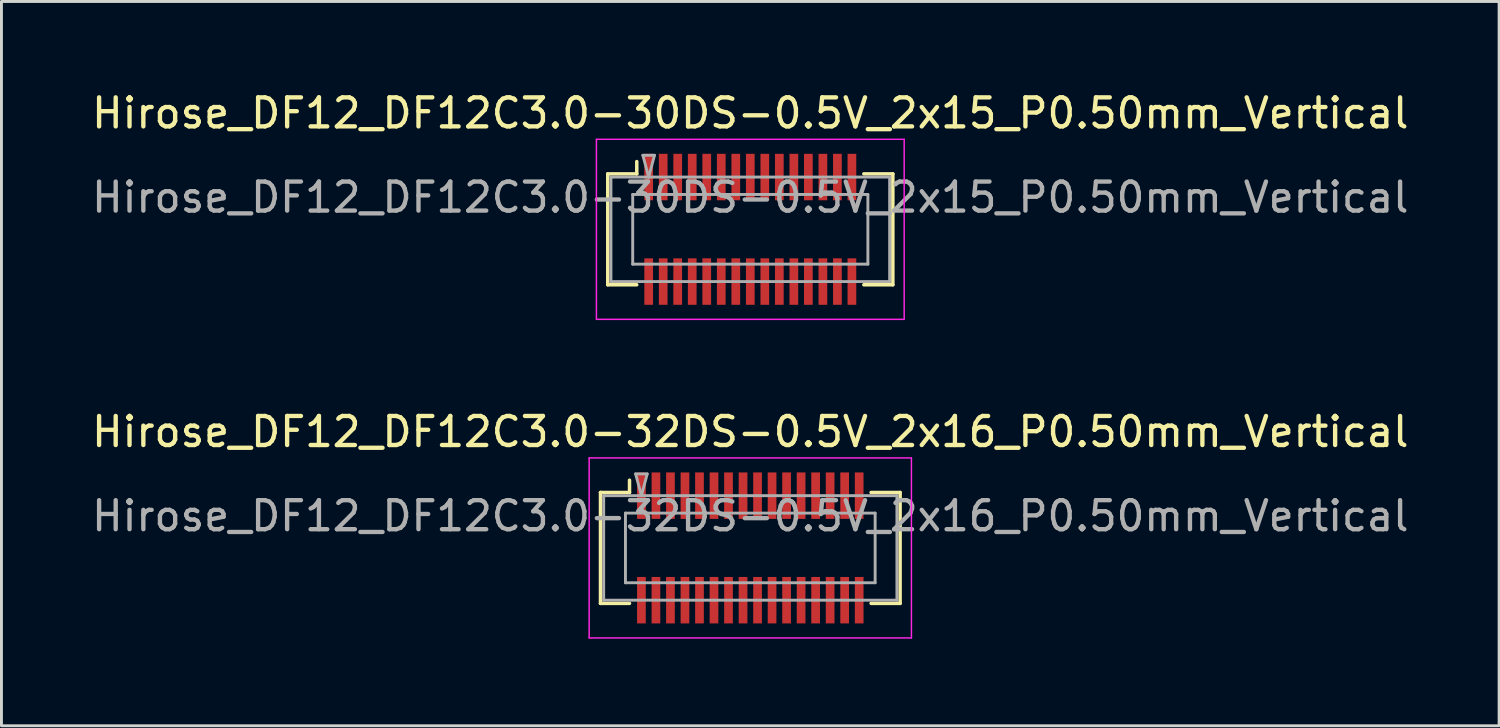
<source format=kicad_pcb>
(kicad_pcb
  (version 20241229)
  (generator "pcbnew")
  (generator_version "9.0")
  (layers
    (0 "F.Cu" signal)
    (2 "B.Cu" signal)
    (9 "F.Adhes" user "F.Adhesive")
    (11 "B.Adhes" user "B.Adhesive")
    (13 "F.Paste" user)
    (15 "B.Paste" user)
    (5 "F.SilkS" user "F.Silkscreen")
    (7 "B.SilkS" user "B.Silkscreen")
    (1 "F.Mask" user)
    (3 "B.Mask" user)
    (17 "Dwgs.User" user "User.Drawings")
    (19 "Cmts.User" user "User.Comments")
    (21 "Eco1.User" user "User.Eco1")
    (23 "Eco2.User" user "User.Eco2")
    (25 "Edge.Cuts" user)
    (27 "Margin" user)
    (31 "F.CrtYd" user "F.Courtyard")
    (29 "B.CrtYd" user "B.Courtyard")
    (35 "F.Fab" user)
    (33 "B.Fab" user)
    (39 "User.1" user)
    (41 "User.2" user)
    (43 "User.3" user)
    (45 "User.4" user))
  (footprint "Hirose_DF12_DF12C3.0-32DS-0.5V_2x16_P0.50mm_Vertical"
    (layer "F.Cu")
    (at 22.792 15.822)
    (property "Reference" "Hirose_DF12_DF12C3.0-32DS-0.5V_2x16_P0.50mm_Vertical" (at 0 -4 0) (layer "F.SilkS") (effects (font (size 1 1) (thickness 0.15))))
    (attr smd)
    (fp_line (start -5.16 -1.91) (end -4.16 -1.91) (stroke (width 0.12) (type solid)) (layer "F.SilkS"))
    (fp_line (start -5.16 1.91) (end -5.16 -1.91) (stroke (width 0.12) (type solid)) (layer "F.SilkS"))
    (fp_line (start -4.16 -1.91) (end -4.16 -2.333) (stroke (width 0.12) (type solid)) (layer "F.SilkS"))
    (fp_line (start -4.16 1.91) (end -5.16 1.91) (stroke (width 0.12) (type solid)) (layer "F.SilkS"))
    (fp_line (start 4.16 1.91) (end 5.16 1.91) (stroke (width 0.12) (type solid)) (layer "F.SilkS"))
    (fp_line (start 5.16 -1.91) (end 4.16 -1.91) (stroke (width 0.12) (type solid)) (layer "F.SilkS"))
    (fp_line (start 5.16 1.91) (end 5.16 -1.91) (stroke (width 0.12) (type solid)) (layer "F.SilkS"))
    (fp_line (start -5.55 -3.1) (end -5.55 3.1) (stroke (width 0.05) (type solid)) (layer "F.CrtYd"))
    (fp_line (start -5.55 3.1) (end 5.55 3.1) (stroke (width 0.05) (type solid)) (layer "F.CrtYd"))
    (fp_line (start 5.55 -3.1) (end -5.55 -3.1) (stroke (width 0.05) (type solid)) (layer "F.CrtYd"))
    (fp_line (start 5.55 3.1) (end 5.55 -3.1) (stroke (width 0.05) (type solid)) (layer "F.CrtYd"))
    (fp_line (start -5.05 -1.8) (end 5.05 -1.8) (stroke (width 0.1) (type solid)) (layer "F.Fab"))
    (fp_line (start -5.05 1.8) (end -5.05 -1.8) (stroke (width 0.1) (type solid)) (layer "F.Fab"))
    (fp_line (start -4.3 -1.2) (end 4.3 -1.2) (stroke (width 0.1) (type solid)) (layer "F.Fab"))
    (fp_line (start -4.3 1.2) (end -4.3 -1.2) (stroke (width 0.1) (type solid)) (layer "F.Fab"))
    (fp_line (start -3.95 -2.55) (end -3.75 -1.8) (stroke (width 0.1) (type solid)) (layer "F.Fab"))
    (fp_line (start -3.75 -1.8) (end -3.55 -2.55) (stroke (width 0.1) (type solid)) (layer "F.Fab"))
    (fp_line (start -3.55 -2.55) (end -3.95 -2.55) (stroke (width 0.1) (type solid)) (layer "F.Fab"))
    (fp_line (start 4.3 -1.2) (end 4.3 1.2) (stroke (width 0.1) (type solid)) (layer "F.Fab"))
    (fp_line (start 4.3 1.2) (end -4.3 1.2) (stroke (width 0.1) (type solid)) (layer "F.Fab"))
    (fp_line (start 5.05 -1.8) (end 5.05 1.8) (stroke (width 0.1) (type solid)) (layer "F.Fab"))
    (fp_line (start 5.05 1.8) (end -5.05 1.8) (stroke (width 0.1) (type solid)) (layer "F.Fab"))
    (fp_text user "${REFERENCE}" (at 0 -1.1 0) (layer "F.Fab") (effects (font (size 1 1) (thickness 0.15))))
    (pad "" smd rect (at -3.75 -2) (size 0.28 1.2) (layers "F.Paste"))
    (pad "" smd rect (at -3.75 2) (size 0.28 1.2) (layers "F.Paste"))
    (pad "" smd rect (at -3.25 -2) (size 0.28 1.2) (layers "F.Paste"))
    (pad "" smd rect (at -3.25 2) (size 0.28 1.2) (layers "F.Paste"))
    (pad "" smd rect (at -2.75 -2) (size 0.28 1.2) (layers "F.Paste"))
    (pad "" smd rect (at -2.75 2) (size 0.28 1.2) (layers "F.Paste"))
    (pad "" smd rect (at -2.25 -2) (size 0.28 1.2) (layers "F.Paste"))
    (pad "" smd rect (at -2.25 2) (size 0.28 1.2) (layers "F.Paste"))
    (pad "" smd rect (at -1.75 -2) (size 0.28 1.2) (layers "F.Paste"))
    (pad "" smd rect (at -1.75 2) (size 0.28 1.2) (layers "F.Paste"))
    (pad "" smd rect (at -1.25 -2) (size 0.28 1.2) (layers "F.Paste"))
    (pad "" smd rect (at -1.25 2) (size 0.28 1.2) (layers "F.Paste"))
    (pad "" smd rect (at -0.75 -2) (size 0.28 1.2) (layers "F.Paste"))
    (pad "" smd rect (at -0.75 2) (size 0.28 1.2) (layers "F.Paste"))
    (pad "" smd rect (at -0.25 -2) (size 0.28 1.2) (layers "F.Paste"))
    (pad "" smd rect (at -0.25 2) (size 0.28 1.2) (layers "F.Paste"))
    (pad "" smd rect (at 0.25 -2) (size 0.28 1.2) (layers "F.Paste"))
    (pad "" smd rect (at 0.25 2) (size 0.28 1.2) (layers "F.Paste"))
    (pad "" smd rect (at 0.75 -2) (size 0.28 1.2) (layers "F.Paste"))
    (pad "" smd rect (at 0.75 2) (size 0.28 1.2) (layers "F.Paste"))
    (pad "" smd rect (at 1.25 -2) (size 0.28 1.2) (layers "F.Paste"))
    (pad "" smd rect (at 1.25 2) (size 0.28 1.2) (layers "F.Paste"))
    (pad "" smd rect (at 1.75 -2) (size 0.28 1.2) (layers "F.Paste"))
    (pad "" smd rect (at 1.75 2) (size 0.28 1.2) (layers "F.Paste"))
    (pad "" smd rect (at 2.25 -2) (size 0.28 1.2) (layers "F.Paste"))
    (pad "" smd rect (at 2.25 2) (size 0.28 1.2) (layers "F.Paste"))
    (pad "" smd rect (at 2.75 -2) (size 0.28 1.2) (layers "F.Paste"))
    (pad "" smd rect (at 2.75 2) (size 0.28 1.2) (layers "F.Paste"))
    (pad "" smd rect (at 3.25 -2) (size 0.28 1.2) (layers "F.Paste"))
    (pad "" smd rect (at 3.25 2) (size 0.28 1.2) (layers "F.Paste"))
    (pad "" smd rect (at 3.75 -2) (size 0.28 1.2) (layers "F.Paste"))
    (pad "" smd rect (at 3.75 2) (size 0.28 1.2) (layers "F.Paste"))
    (pad "1" smd rect (at -3.75 -1.8) (size 0.3 1.6) (layers "F.Cu" "F.Mask"))
    (pad "2" smd rect (at -3.25 -1.8) (size 0.3 1.6) (layers "F.Cu" "F.Mask"))
    (pad "3" smd rect (at -2.75 -1.8) (size 0.3 1.6) (layers "F.Cu" "F.Mask"))
    (pad "4" smd rect (at -2.25 -1.8) (size 0.3 1.6) (layers "F.Cu" "F.Mask"))
    (pad "5" smd rect (at -1.75 -1.8) (size 0.3 1.6) (layers "F.Cu" "F.Mask"))
    (pad "6" smd rect (at -1.25 -1.8) (size 0.3 1.6) (layers "F.Cu" "F.Mask"))
    (pad "7" smd rect (at -0.75 -1.8) (size 0.3 1.6) (layers "F.Cu" "F.Mask"))
    (pad "8" smd rect (at -0.25 -1.8) (size 0.3 1.6) (layers "F.Cu" "F.Mask"))
    (pad "9" smd rect (at 0.25 -1.8) (size 0.3 1.6) (layers "F.Cu" "F.Mask"))
    (pad "10" smd rect (at 0.75 -1.8) (size 0.3 1.6) (layers "F.Cu" "F.Mask"))
    (pad "11" smd rect (at 1.25 -1.8) (size 0.3 1.6) (layers "F.Cu" "F.Mask"))
    (pad "12" smd rect (at 1.75 -1.8) (size 0.3 1.6) (layers "F.Cu" "F.Mask"))
    (pad "13" smd rect (at 2.25 -1.8) (size 0.3 1.6) (layers "F.Cu" "F.Mask"))
    (pad "14" smd rect (at 2.75 -1.8) (size 0.3 1.6) (layers "F.Cu" "F.Mask"))
    (pad "15" smd rect (at 3.25 -1.8) (size 0.3 1.6) (layers "F.Cu" "F.Mask"))
    (pad "16" smd rect (at 3.75 -1.8) (size 0.3 1.6) (layers "F.Cu" "F.Mask"))
    (pad "17" smd rect (at -3.75 1.8) (size 0.3 1.6) (layers "F.Cu" "F.Mask"))
    (pad "18" smd rect (at -3.25 1.8) (size 0.3 1.6) (layers "F.Cu" "F.Mask"))
    (pad "19" smd rect (at -2.75 1.8) (size 0.3 1.6) (layers "F.Cu" "F.Mask"))
    (pad "20" smd rect (at -2.25 1.8) (size 0.3 1.6) (layers "F.Cu" "F.Mask"))
    (pad "21" smd rect (at -1.75 1.8) (size 0.3 1.6) (layers "F.Cu" "F.Mask"))
    (pad "22" smd rect (at -1.25 1.8) (size 0.3 1.6) (layers "F.Cu" "F.Mask"))
    (pad "23" smd rect (at -0.75 1.8) (size 0.3 1.6) (layers "F.Cu" "F.Mask"))
    (pad "24" smd rect (at -0.25 1.8) (size 0.3 1.6) (layers "F.Cu" "F.Mask"))
    (pad "25" smd rect (at 0.25 1.8) (size 0.3 1.6) (layers "F.Cu" "F.Mask"))
    (pad "26" smd rect (at 0.75 1.8) (size 0.3 1.6) (layers "F.Cu" "F.Mask"))
    (pad "27" smd rect (at 1.25 1.8) (size 0.3 1.6) (layers "F.Cu" "F.Mask"))
    (pad "28" smd rect (at 1.75 1.8) (size 0.3 1.6) (layers "F.Cu" "F.Mask"))
    (pad "29" smd rect (at 2.25 1.8) (size 0.3 1.6) (layers "F.Cu" "F.Mask"))
    (pad "30" smd rect (at 2.75 1.8) (size 0.3 1.6) (layers "F.Cu" "F.Mask"))
    (pad "31" smd rect (at 3.25 1.8) (size 0.3 1.6) (layers "F.Cu" "F.Mask"))
    (pad "32" smd rect (at 3.75 1.8) (size 0.3 1.6) (layers "F.Cu" "F.Mask")))
  (footprint "Hirose_DF12_DF12C3.0-30DS-0.5V_2x15_P0.50mm_Vertical"
    (layer "F.Cu")
    (at 22.792 4.848)
    (property "Reference" "Hirose_DF12_DF12C3.0-30DS-0.5V_2x15_P0.50mm_Vertical" (at 0 -4 0) (layer "F.SilkS") (effects (font (size 1 1) (thickness 0.15))))
    (attr smd)
    (fp_line (start -4.91 -1.91) (end -3.91 -1.91) (stroke (width 0.12) (type solid)) (layer "F.SilkS"))
    (fp_line (start -4.91 1.91) (end -4.91 -1.91) (stroke (width 0.12) (type solid)) (layer "F.SilkS"))
    (fp_line (start -3.91 -1.91) (end -3.91 -2.333) (stroke (width 0.12) (type solid)) (layer "F.SilkS"))
    (fp_line (start -3.91 1.91) (end -4.91 1.91) (stroke (width 0.12) (type solid)) (layer "F.SilkS"))
    (fp_line (start 3.91 1.91) (end 4.91 1.91) (stroke (width 0.12) (type solid)) (layer "F.SilkS"))
    (fp_line (start 4.91 -1.91) (end 3.91 -1.91) (stroke (width 0.12) (type solid)) (layer "F.SilkS"))
    (fp_line (start 4.91 1.91) (end 4.91 -1.91) (stroke (width 0.12) (type solid)) (layer "F.SilkS"))
    (fp_line (start -5.3 -3.1) (end -5.3 3.1) (stroke (width 0.05) (type solid)) (layer "F.CrtYd"))
    (fp_line (start -5.3 3.1) (end 5.3 3.1) (stroke (width 0.05) (type solid)) (layer "F.CrtYd"))
    (fp_line (start 5.3 -3.1) (end -5.3 -3.1) (stroke (width 0.05) (type solid)) (layer "F.CrtYd"))
    (fp_line (start 5.3 3.1) (end 5.3 -3.1) (stroke (width 0.05) (type solid)) (layer "F.CrtYd"))
    (fp_line (start -4.8 -1.8) (end 4.8 -1.8) (stroke (width 0.1) (type solid)) (layer "F.Fab"))
    (fp_line (start -4.8 1.8) (end -4.8 -1.8) (stroke (width 0.1) (type solid)) (layer "F.Fab"))
    (fp_line (start -4.05 -1.2) (end 4.05 -1.2) (stroke (width 0.1) (type solid)) (layer "F.Fab"))
    (fp_line (start -4.05 1.2) (end -4.05 -1.2) (stroke (width 0.1) (type solid)) (layer "F.Fab"))
    (fp_line (start -3.7 -2.55) (end -3.5 -1.8) (stroke (width 0.1) (type solid)) (layer "F.Fab"))
    (fp_line (start -3.5 -1.8) (end -3.3 -2.55) (stroke (width 0.1) (type solid)) (layer "F.Fab"))
    (fp_line (start -3.3 -2.55) (end -3.7 -2.55) (stroke (width 0.1) (type solid)) (layer "F.Fab"))
    (fp_line (start 4.05 -1.2) (end 4.05 1.2) (stroke (width 0.1) (type solid)) (layer "F.Fab"))
    (fp_line (start 4.05 1.2) (end -4.05 1.2) (stroke (width 0.1) (type solid)) (layer "F.Fab"))
    (fp_line (start 4.8 -1.8) (end 4.8 1.8) (stroke (width 0.1) (type solid)) (layer "F.Fab"))
    (fp_line (start 4.8 1.8) (end -4.8 1.8) (stroke (width 0.1) (type solid)) (layer "F.Fab"))
    (fp_text user "${REFERENCE}" (at 0 -1.1 0) (layer "F.Fab") (effects (font (size 1 1) (thickness 0.15))))
    (pad "" smd rect (at -3.5 -2) (size 0.28 1.2) (layers "F.Paste"))
    (pad "" smd rect (at -3.5 2) (size 0.28 1.2) (layers "F.Paste"))
    (pad "" smd rect (at -3 -2) (size 0.28 1.2) (layers "F.Paste"))
    (pad "" smd rect (at -3 2) (size 0.28 1.2) (layers "F.Paste"))
    (pad "" smd rect (at -2.5 -2) (size 0.28 1.2) (layers "F.Paste"))
    (pad "" smd rect (at -2.5 2) (size 0.28 1.2) (layers "F.Paste"))
    (pad "" smd rect (at -2 -2) (size 0.28 1.2) (layers "F.Paste"))
    (pad "" smd rect (at -2 2) (size 0.28 1.2) (layers "F.Paste"))
    (pad "" smd rect (at -1.5 -2) (size 0.28 1.2) (layers "F.Paste"))
    (pad "" smd rect (at -1.5 2) (size 0.28 1.2) (layers "F.Paste"))
    (pad "" smd rect (at -1 -2) (size 0.28 1.2) (layers "F.Paste"))
    (pad "" smd rect (at -1 2) (size 0.28 1.2) (layers "F.Paste"))
    (pad "" smd rect (at -0.5 -2) (size 0.28 1.2) (layers "F.Paste"))
    (pad "" smd rect (at -0.5 2) (size 0.28 1.2) (layers "F.Paste"))
    (pad "" smd rect (at 0 -2) (size 0.28 1.2) (layers "F.Paste"))
    (pad "" smd rect (at 0 2) (size 0.28 1.2) (layers "F.Paste"))
    (pad "" smd rect (at 0.5 -2) (size 0.28 1.2) (layers "F.Paste"))
    (pad "" smd rect (at 0.5 2) (size 0.28 1.2) (layers "F.Paste"))
    (pad "" smd rect (at 1 -2) (size 0.28 1.2) (layers "F.Paste"))
    (pad "" smd rect (at 1 2) (size 0.28 1.2) (layers "F.Paste"))
    (pad "" smd rect (at 1.5 -2) (size 0.28 1.2) (layers "F.Paste"))
    (pad "" smd rect (at 1.5 2) (size 0.28 1.2) (layers "F.Paste"))
    (pad "" smd rect (at 2 -2) (size 0.28 1.2) (layers "F.Paste"))
    (pad "" smd rect (at 2 2) (size 0.28 1.2) (layers "F.Paste"))
    (pad "" smd rect (at 2.5 -2) (size 0.28 1.2) (layers "F.Paste"))
    (pad "" smd rect (at 2.5 2) (size 0.28 1.2) (layers "F.Paste"))
    (pad "" smd rect (at 3 -2) (size 0.28 1.2) (layers "F.Paste"))
    (pad "" smd rect (at 3 2) (size 0.28 1.2) (layers "F.Paste"))
    (pad "" smd rect (at 3.5 -2) (size 0.28 1.2) (layers "F.Paste"))
    (pad "" smd rect (at 3.5 2) (size 0.28 1.2) (layers "F.Paste"))
    (pad "1" smd rect (at -3.5 -1.8) (size 0.3 1.6) (layers "F.Cu" "F.Mask"))
    (pad "2" smd rect (at -3 -1.8) (size 0.3 1.6) (layers "F.Cu" "F.Mask"))
    (pad "3" smd rect (at -2.5 -1.8) (size 0.3 1.6) (layers "F.Cu" "F.Mask"))
    (pad "4" smd rect (at -2 -1.8) (size 0.3 1.6) (layers "F.Cu" "F.Mask"))
    (pad "5" smd rect (at -1.5 -1.8) (size 0.3 1.6) (layers "F.Cu" "F.Mask"))
    (pad "6" smd rect (at -1 -1.8) (size 0.3 1.6) (layers "F.Cu" "F.Mask"))
    (pad "7" smd rect (at -0.5 -1.8) (size 0.3 1.6) (layers "F.Cu" "F.Mask"))
    (pad "8" smd rect (at 0 -1.8) (size 0.3 1.6) (layers "F.Cu" "F.Mask"))
    (pad "9" smd rect (at 0.5 -1.8) (size 0.3 1.6) (layers "F.Cu" "F.Mask"))
    (pad "10" smd rect (at 1 -1.8) (size 0.3 1.6) (layers "F.Cu" "F.Mask"))
    (pad "11" smd rect (at 1.5 -1.8) (size 0.3 1.6) (layers "F.Cu" "F.Mask"))
    (pad "12" smd rect (at 2 -1.8) (size 0.3 1.6) (layers "F.Cu" "F.Mask"))
    (pad "13" smd rect (at 2.5 -1.8) (size 0.3 1.6) (layers "F.Cu" "F.Mask"))
    (pad "14" smd rect (at 3 -1.8) (size 0.3 1.6) (layers "F.Cu" "F.Mask"))
    (pad "15" smd rect (at 3.5 -1.8) (size 0.3 1.6) (layers "F.Cu" "F.Mask"))
    (pad "16" smd rect (at -3.5 1.8) (size 0.3 1.6) (layers "F.Cu" "F.Mask"))
    (pad "17" smd rect (at -3 1.8) (size 0.3 1.6) (layers "F.Cu" "F.Mask"))
    (pad "18" smd rect (at -2.5 1.8) (size 0.3 1.6) (layers "F.Cu" "F.Mask"))
    (pad "19" smd rect (at -2 1.8) (size 0.3 1.6) (layers "F.Cu" "F.Mask"))
    (pad "20" smd rect (at -1.5 1.8) (size 0.3 1.6) (layers "F.Cu" "F.Mask"))
    (pad "21" smd rect (at -1 1.8) (size 0.3 1.6) (layers "F.Cu" "F.Mask"))
    (pad "22" smd rect (at -0.5 1.8) (size 0.3 1.6) (layers "F.Cu" "F.Mask"))
    (pad "23" smd rect (at 0 1.8) (size 0.3 1.6) (layers "F.Cu" "F.Mask"))
    (pad "24" smd rect (at 0.5 1.8) (size 0.3 1.6) (layers "F.Cu" "F.Mask"))
    (pad "25" smd rect (at 1 1.8) (size 0.3 1.6) (layers "F.Cu" "F.Mask"))
    (pad "26" smd rect (at 1.5 1.8) (size 0.3 1.6) (layers "F.Cu" "F.Mask"))
    (pad "27" smd rect (at 2 1.8) (size 0.3 1.6) (layers "F.Cu" "F.Mask"))
    (pad "28" smd rect (at 2.5 1.8) (size 0.3 1.6) (layers "F.Cu" "F.Mask"))
    (pad "29" smd rect (at 3 1.8) (size 0.3 1.6) (layers "F.Cu" "F.Mask"))
    (pad "30" smd rect (at 3.5 1.8) (size 0.3 1.6) (layers "F.Cu" "F.Mask")))
  (gr_rect
    (start -3 -3)
    (end 48.583 21.947)
    (stroke (width 0.1) (type default))
    (fill no)
    (layer "Edge.Cuts")))
</source>
